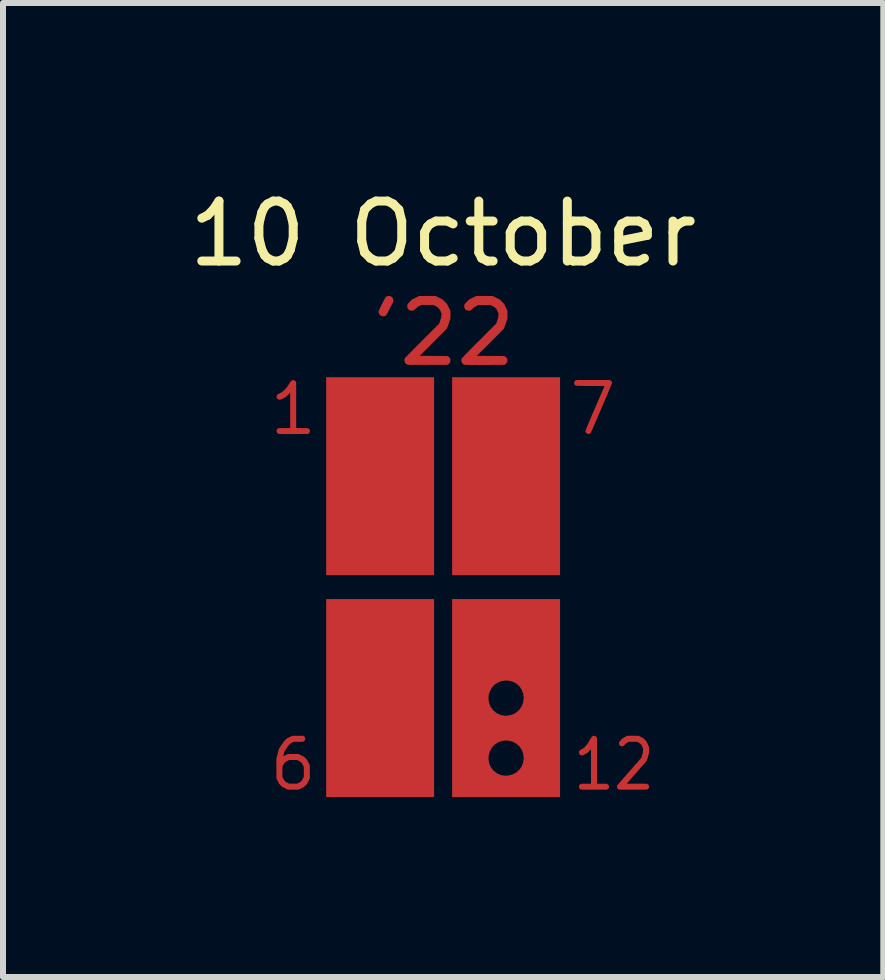
<source format=kicad_pcb>
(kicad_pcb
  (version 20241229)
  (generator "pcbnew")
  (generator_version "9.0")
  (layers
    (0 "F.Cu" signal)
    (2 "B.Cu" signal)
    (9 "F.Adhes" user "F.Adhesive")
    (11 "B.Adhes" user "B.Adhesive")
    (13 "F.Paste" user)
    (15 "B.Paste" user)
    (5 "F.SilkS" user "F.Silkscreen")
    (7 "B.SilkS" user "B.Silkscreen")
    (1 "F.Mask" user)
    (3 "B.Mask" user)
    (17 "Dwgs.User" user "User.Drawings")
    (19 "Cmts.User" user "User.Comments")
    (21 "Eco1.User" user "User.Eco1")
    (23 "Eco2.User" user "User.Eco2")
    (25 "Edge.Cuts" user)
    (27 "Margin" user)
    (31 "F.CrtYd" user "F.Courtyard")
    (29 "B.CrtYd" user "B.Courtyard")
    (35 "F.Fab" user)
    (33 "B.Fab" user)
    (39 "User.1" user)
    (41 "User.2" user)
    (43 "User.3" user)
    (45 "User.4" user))
  (footprint "10 October"
    (layer "F.Cu")
    (at 4.339 6.741)
    (property "Reference" "10 October" (at 0 -5.893 0) (unlocked yes) (layer "F.SilkS") (effects (font (size 1 1) (thickness 0.15))))
    (attr smd)
    (pad "1" smd custom (at -2.718 2.996) (size 0.01 0.01) (layers "F.Cu" "F.Mask" "F.Paste") (options (anchor circle)) (primitives (gr_poly (pts (xy 0.312 -0.518) (xy 0.329 -0.518) (xy 0.342 -0.518) (xy 0.354 -0.518) (xy 0.363 -0.517) (xy 0.37 -0.517) (xy 0.376 -0.517) (xy 0.38 -0.517) (xy 0.383 -0.516) (xy 0.385 -0.516) (xy 0.387 -0.515) (xy 0.389 -0.515) (xy 0.39 -0.514) (xy 0.399 -0.508) (xy 0.408 -0.5) (xy 0.414 -0.49) (xy 0.415 -0.489) (xy 0.417 -0.484) (xy 0.418 -0.479) (xy 0.419 -0.472) (xy 0.419 -0.468) (xy 0.418 -0.46) (xy 0.418 -0.454) (xy 0.416 -0.449) (xy 0.415 -0.447) (xy 0.408 -0.437) (xy 0.4 -0.429) (xy 0.391 -0.423) (xy 0.39 -0.422) (xy 0.388 -0.421) (xy 0.386 -0.421) (xy 0.384 -0.42) (xy 0.381 -0.42) (xy 0.376 -0.419) (xy 0.371 -0.419) (xy 0.364 -0.419) (xy 0.355 -0.418) (xy 0.344 -0.418) (xy 0.33 -0.418) (xy 0.313 -0.418) (xy 0.305 -0.418) (xy 0.227 -0.417) (xy 0.199 -0.403) (xy 0.189 -0.398) (xy 0.182 -0.394) (xy 0.176 -0.39) (xy 0.171 -0.387) (xy 0.167 -0.383) (xy 0.162 -0.379) (xy 0.157 -0.374) (xy 0.155 -0.372) (xy 0.15 -0.367) (xy 0.145 -0.362) (xy 0.141 -0.356) (xy 0.135 -0.349) (xy 0.129 -0.341) (xy 0.122 -0.331) (xy 0.114 -0.319) (xy 0.106 -0.306) (xy 0.072 -0.257) (xy 0.063 -0.219) (xy 0.06 -0.208) (xy 0.057 -0.198) (xy 0.055 -0.19) (xy 0.054 -0.184) (xy 0.053 -0.18) (xy 0.053 -0.179) (xy 0.054 -0.179) (xy 0.058 -0.18) (xy 0.064 -0.183) (xy 0.072 -0.187) (xy 0.081 -0.191) (xy 0.09 -0.195) (xy 0.128 -0.214) (xy 0.307 -0.214) (xy 0.399 -0.168) (xy 0.424 -0.143) (xy 0.449 -0.118) (xy 0.472 -0.072) (xy 0.495 -0.026) (xy 0.495 0.193) (xy 0.472 0.239) (xy 0.449 0.285) (xy 0.424 0.31) (xy 0.399 0.335) (xy 0.353 0.358) (xy 0.307 0.381) (xy 0.22 0.381) (xy 0.199 0.381) (xy 0.182 0.381) (xy 0.168 0.381) (xy 0.156 0.381) (xy 0.146 0.381) (xy 0.138 0.38) (xy 0.133 0.38) (xy 0.129 0.38) (xy 0.127 0.379) (xy 0.126 0.379) (xy 0.123 0.378) (xy 0.118 0.375) (xy 0.11 0.372) (xy 0.1 0.367) (xy 0.09 0.362) (xy 0.079 0.356) (xy 0.077 0.355) (xy 0.034 0.334) (xy 0.009 0.309) (xy -0.017 0.284) (xy -0.039 0.238) (xy -0.062 0.193) (xy -0.062 0.167) (xy 0.038 0.167) (xy 0.053 0.196) (xy 0.058 0.206) (xy 0.062 0.214) (xy 0.065 0.22) (xy 0.069 0.225) (xy 0.072 0.229) (xy 0.076 0.233) (xy 0.08 0.238) (xy 0.08 0.238) (xy 0.085 0.243) (xy 0.089 0.246) (xy 0.094 0.25) (xy 0.099 0.253) (xy 0.106 0.257) (xy 0.114 0.261) (xy 0.123 0.266) (xy 0.153 0.281) (xy 0.217 0.281) (xy 0.281 0.281) (xy 0.309 0.267) (xy 0.319 0.261) (xy 0.327 0.257) (xy 0.333 0.254) (xy 0.338 0.251) (xy 0.343 0.247) (xy 0.347 0.243) (xy 0.351 0.239) (xy 0.356 0.234) (xy 0.36 0.23) (xy 0.363 0.226) (xy 0.367 0.221) (xy 0.37 0.216) (xy 0.374 0.208) (xy 0.379 0.198) (xy 0.38 0.196) (xy 0.395 0.167) (xy 0.395 0) (xy 0.38 -0.029) (xy 0.375 -0.039) (xy 0.371 -0.047) (xy 0.367 -0.053) (xy 0.364 -0.058) (xy 0.361 -0.062) (xy 0.357 -0.066) (xy 0.353 -0.071) (xy 0.351 -0.072) (xy 0.346 -0.077) (xy 0.342 -0.081) (xy 0.337 -0.084) (xy 0.332 -0.088) (xy 0.326 -0.091) (xy 0.318 -0.095) (xy 0.309 -0.1) (xy 0.281 -0.114) (xy 0.154 -0.114) (xy 0.123 -0.099) (xy 0.113 -0.094) (xy 0.105 -0.089) (xy 0.099 -0.086) (xy 0.093 -0.083) (xy 0.089 -0.079) (xy 0.085 -0.076) (xy 0.08 -0.071) (xy 0.076 -0.067) (xy 0.072 -0.063) (xy 0.069 -0.059) (xy 0.066 -0.054) (xy 0.062 -0.048) (xy 0.058 -0.04) (xy 0.053 -0.03) (xy 0.053 -0.029) (xy 0.038 0) (xy 0.038 0.167) (xy -0.062 0.167) (xy -0.062 0.031) (xy -0.063 -0.132) (xy -0.042 -0.215) (xy -0.038 -0.231) (xy -0.034 -0.246) (xy -0.03 -0.261) (xy -0.027 -0.273) (xy -0.024 -0.284) (xy -0.022 -0.293) (xy -0.02 -0.299) (xy -0.019 -0.302) (xy -0.018 -0.303) (xy -0.017 -0.305) (xy -0.014 -0.31) (xy -0.009 -0.316) (xy -0.003 -0.325) (xy 0.003 -0.335) (xy 0.011 -0.347) (xy 0.019 -0.359) (xy 0.025 -0.367) (xy 0.034 -0.381) (xy 0.043 -0.393) (xy 0.049 -0.403) (xy 0.055 -0.411) (xy 0.06 -0.418) (xy 0.064 -0.423) (xy 0.069 -0.428) (xy 0.073 -0.433) (xy 0.077 -0.438) (xy 0.082 -0.442) (xy 0.087 -0.448) (xy 0.088 -0.449) (xy 0.111 -0.472) (xy 0.157 -0.495) (xy 0.203 -0.518) (xy 0.293 -0.518)) (width 0) (fill yes))))
    (pad "1" smd custom (at -2.515 -2.794) (size 0.01 0.01) (layers "F.Cu" "F.Mask" "F.Paste") (options (anchor circle)) (primitives (gr_poly (pts (xy 0.025 -0.658) (xy 0.037 -0.654) (xy 0.047 -0.647) (xy 0.055 -0.639) (xy 0.061 -0.629) (xy 0.065 -0.622) (xy 0.065 0.14) (xy 0.161 0.141) (xy 0.182 0.141) (xy 0.199 0.141) (xy 0.213 0.141) (xy 0.225 0.141) (xy 0.235 0.141) (xy 0.243 0.142) (xy 0.249 0.142) (xy 0.253 0.142) (xy 0.257 0.143) (xy 0.26 0.143) (xy 0.262 0.144) (xy 0.264 0.144) (xy 0.265 0.145) (xy 0.275 0.151) (xy 0.283 0.159) (xy 0.289 0.169) (xy 0.29 0.17) (xy 0.292 0.175) (xy 0.293 0.18) (xy 0.294 0.187) (xy 0.294 0.191) (xy 0.294 0.199) (xy 0.293 0.205) (xy 0.291 0.21) (xy 0.29 0.212) (xy 0.283 0.222) (xy 0.275 0.23) (xy 0.266 0.236) (xy 0.265 0.237) (xy 0.257 0.24) (xy 0.018 0.241) (xy -0.014 0.241) (xy -0.044 0.241) (xy -0.071 0.241) (xy -0.095 0.241) (xy -0.116 0.241) (xy -0.135 0.241) (xy -0.152 0.241) (xy -0.166 0.241) (xy -0.178 0.241) (xy -0.189 0.241) (xy -0.198 0.24) (xy -0.205 0.24) (xy -0.211 0.24) (xy -0.216 0.24) (xy -0.22 0.24) (xy -0.223 0.239) (xy -0.225 0.239) (xy -0.227 0.239) (xy -0.228 0.238) (xy -0.229 0.238) (xy -0.24 0.233) (xy -0.249 0.225) (xy -0.255 0.216) (xy -0.26 0.206) (xy -0.262 0.196) (xy -0.262 0.185) (xy -0.259 0.174) (xy -0.255 0.164) (xy -0.248 0.155) (xy -0.238 0.148) (xy -0.233 0.145) (xy -0.231 0.144) (xy -0.23 0.144) (xy -0.228 0.143) (xy -0.225 0.143) (xy -0.221 0.142) (xy -0.217 0.142) (xy -0.21 0.142) (xy -0.202 0.141) (xy -0.193 0.141) (xy -0.181 0.141) (xy -0.166 0.141) (xy -0.149 0.141) (xy -0.13 0.141) (xy -0.035 0.14) (xy -0.035 -0.449) (xy -0.071 -0.413) (xy -0.107 -0.377) (xy -0.198 -0.332) (xy -0.212 -0.332) (xy -0.22 -0.332) (xy -0.226 -0.333) (xy -0.231 -0.334) (xy -0.234 -0.336) (xy -0.244 -0.343) (xy -0.253 -0.352) (xy -0.258 -0.36) (xy -0.261 -0.369) (xy -0.262 -0.379) (xy -0.261 -0.39) (xy -0.259 -0.399) (xy -0.258 -0.402) (xy -0.256 -0.407) (xy -0.253 -0.411) (xy -0.249 -0.415) (xy -0.244 -0.419) (xy -0.238 -0.424) (xy -0.229 -0.428) (xy -0.219 -0.434) (xy -0.206 -0.441) (xy -0.204 -0.442) (xy -0.166 -0.461) (xy -0.131 -0.497) (xy -0.095 -0.533) (xy -0.058 -0.588) (xy -0.048 -0.603) (xy -0.04 -0.616) (xy -0.033 -0.626) (xy -0.027 -0.634) (xy -0.022 -0.64) (xy -0.018 -0.645) (xy -0.014 -0.649) (xy -0.011 -0.652) (xy -0.007 -0.654) (xy -0.003 -0.655) (xy 0.001 -0.657) (xy 0.001 -0.657) (xy 0.013 -0.659)) (width 0) (fill yes))))
    (pad "1" smd custom (at -1.448 -0.432) (size 0.01 0.01) (layers "F.Cu" "F.Mask" "F.Paste") (options (anchor circle)) (primitives (gr_poly (pts (xy 1.298 0.232) (xy -0.502 0.232) (xy -0.502 -3.069) (xy 1.298 -3.069)) (width 0) (fill yes))))
    (pad "1" smd custom (at -1.448 3.268) (size 0.01 0.01) (layers "F.Cu" "F.Mask" "F.Paste") (options (anchor circle)) (primitives (gr_poly (pts (xy 1.298 0.232) (xy -0.502 0.232) (xy -0.502 -3.069) (xy 1.298 -3.069)) (width 0) (fill yes))))
    (pad "1" smd custom (at -0.914 -4.75) (size 0.01 0.01) (layers "F.Cu" "F.Mask" "F.Paste") (options (anchor circle)) (primitives (gr_poly (pts (xy 0.028 -0.104) (xy 0.043 -0.099) (xy 0.057 -0.09) (xy 0.063 -0.085) (xy 0.074 -0.071) (xy 0.08 -0.057) (xy 0.083 -0.04) (xy 0.084 -0.031) (xy 0.084 -0.012) (xy 0.03 0.095) (xy 0.017 0.122) (xy 0.005 0.144) (xy -0.004 0.163) (xy -0.013 0.178) (xy -0.02 0.191) (xy -0.026 0.201) (xy -0.031 0.208) (xy -0.036 0.214) (xy -0.04 0.219) (xy -0.045 0.222) (xy -0.05 0.225) (xy -0.055 0.228) (xy -0.056 0.228) (xy -0.068 0.232) (xy -0.082 0.234) (xy -0.097 0.234) (xy -0.109 0.231) (xy -0.109 0.231) (xy -0.126 0.223) (xy -0.14 0.212) (xy -0.151 0.197) (xy -0.159 0.181) (xy -0.162 0.163) (xy -0.162 0.152) (xy -0.16 0.146) (xy -0.157 0.137) (xy -0.151 0.124) (xy -0.144 0.109) (xy -0.136 0.091) (xy -0.127 0.072) (xy -0.117 0.052) (xy -0.107 0.031) (xy -0.097 0.011) (xy -0.086 -0.009) (xy -0.077 -0.028) (xy -0.067 -0.045) (xy -0.059 -0.06) (xy -0.052 -0.072) (xy -0.047 -0.08) (xy -0.043 -0.085) (xy -0.031 -0.095) (xy -0.018 -0.102) (xy -0.003 -0.105) (xy 0.01 -0.106)) (width 0) (fill yes))))
    (pad "1" smd custom (at 0.076 -4.572) (size 0.01 0.01) (layers "F.Cu" "F.Mask" "F.Paste") (options (anchor circle)) (primitives (gr_poly (pts (xy -0.263 -0.284) (xy -0.244 -0.284) (xy -0.229 -0.284) (xy -0.218 -0.283) (xy -0.209 -0.283) (xy -0.203 -0.282) (xy -0.199 -0.282) (xy -0.199 -0.282) (xy -0.194 -0.28) (xy -0.185 -0.276) (xy -0.173 -0.27) (xy -0.16 -0.263) (xy -0.145 -0.256) (xy -0.136 -0.251) (xy -0.083 -0.224) (xy -0.014 -0.155) (xy 0.014 -0.102) (xy 0.021 -0.086) (xy 0.029 -0.072) (xy 0.035 -0.059) (xy 0.04 -0.048) (xy 0.043 -0.041) (xy 0.044 -0.039) (xy 0.045 -0.033) (xy 0.046 -0.025) (xy 0.046 -0.014) (xy 0.047 0.001) (xy 0.047 0.021) (xy 0.046 0.033) (xy 0.046 0.095) (xy 0.02 0.168) (xy 0.014 0.187) (xy 0.008 0.204) (xy 0.002 0.22) (xy -0.003 0.233) (xy -0.006 0.243) (xy -0.009 0.25) (xy -0.009 0.251) (xy -0.011 0.254) (xy -0.014 0.258) (xy -0.02 0.264) (xy -0.027 0.272) (xy -0.037 0.283) (xy -0.05 0.296) (xy -0.064 0.311) (xy -0.082 0.329) (xy -0.102 0.35) (xy -0.125 0.373) (xy -0.152 0.399) (xy -0.181 0.429) (xy -0.214 0.462) (xy -0.24 0.488) (xy -0.466 0.715) (xy -0.237 0.716) (xy -0.199 0.716) (xy -0.165 0.716) (xy -0.135 0.716) (xy -0.109 0.716) (xy -0.087 0.716) (xy -0.068 0.716) (xy -0.052 0.716) (xy -0.039 0.717) (xy -0.029 0.717) (xy -0.021 0.717) (xy -0.014 0.718) (xy -0.009 0.718) (xy -0.006 0.719) (xy -0.003 0.719) (xy -0.000429 0.72) (xy 0.002 0.721) (xy 0.003 0.722) (xy 0.017 0.73) (xy 0.029 0.743) (xy 0.039 0.757) (xy 0.04 0.758) (xy 0.043 0.766) (xy 0.045 0.775) (xy 0.046 0.785) (xy 0.046 0.79) (xy 0.045 0.802) (xy 0.044 0.811) (xy 0.041 0.819) (xy 0.04 0.822) (xy 0.03 0.837) (xy 0.018 0.85) (xy 0.004 0.859) (xy 0.003 0.859) (xy -0.009 0.865) (xy -0.334 0.865) (xy -0.381 0.865) (xy -0.423 0.865) (xy -0.461 0.865) (xy -0.495 0.865) (xy -0.524 0.865) (xy -0.55 0.865) (xy -0.573 0.865) (xy -0.592 0.865) (xy -0.609 0.865) (xy -0.623 0.865) (xy -0.635 0.865) (xy -0.644 0.864) (xy -0.652 0.864) (xy -0.658 0.864) (xy -0.662 0.863) (xy -0.666 0.863) (xy -0.669 0.862) (xy -0.671 0.862) (xy -0.672 0.861) (xy -0.689 0.853) (xy -0.702 0.842) (xy -0.713 0.827) (xy -0.719 0.811) (xy -0.722 0.793) (xy -0.721 0.775) (xy -0.715 0.758) (xy -0.714 0.756) (xy -0.712 0.753) (xy -0.708 0.748) (xy -0.703 0.743) (xy -0.697 0.736) (xy -0.689 0.727) (xy -0.679 0.717) (xy -0.667 0.704) (xy -0.653 0.69) (xy -0.637 0.674) (xy -0.618 0.655) (xy -0.597 0.633) (xy -0.573 0.609) (xy -0.547 0.582) (xy -0.517 0.553) (xy -0.484 0.52) (xy -0.448 0.484) (xy -0.426 0.461) (xy -0.142 0.177) (xy -0.104 0.063) (xy -0.104 0.032) (xy -0.104 0.001) (xy -0.12 -0.031) (xy -0.128 -0.045) (xy -0.134 -0.057) (xy -0.141 -0.066) (xy -0.148 -0.074) (xy -0.154 -0.081) (xy -0.162 -0.089) (xy -0.17 -0.095) (xy -0.178 -0.101) (xy -0.187 -0.107) (xy -0.2 -0.114) (xy -0.205 -0.116) (xy -0.239 -0.134) (xy -0.438 -0.134) (xy -0.471 -0.117) (xy -0.484 -0.111) (xy -0.494 -0.105) (xy -0.503 -0.099) (xy -0.511 -0.093) (xy -0.52 -0.085) (xy -0.53 -0.075) (xy -0.544 -0.062) (xy -0.555 -0.053) (xy -0.564 -0.046) (xy -0.574 -0.042) (xy -0.583 -0.04) (xy -0.594 -0.039) (xy -0.6 -0.038) (xy -0.618 -0.04) (xy -0.633 -0.045) (xy -0.647 -0.054) (xy -0.653 -0.059) (xy -0.664 -0.073) (xy -0.671 -0.087) (xy -0.674 -0.104) (xy -0.674 -0.113) (xy -0.674 -0.123) (xy -0.673 -0.133) (xy -0.67 -0.141) (xy -0.666 -0.149) (xy -0.659 -0.158) (xy -0.65 -0.169) (xy -0.638 -0.181) (xy -0.629 -0.191) (xy -0.595 -0.224) (xy -0.536 -0.254) (xy -0.476 -0.283) (xy -0.343 -0.284) (xy -0.312 -0.284) (xy -0.285 -0.284)) (width 0) (fill yes))))
    (pad "1" smd custom (at 0.449 3.192) (size 0.2 0.2) (layers "F.Cu" "F.Mask" "F.Paste") (options (anchor circle)) (primitives (gr_poly (pts (xy -0.299 -2.993) (xy 1.501 -2.993) (xy 1.501 -1.342) (xy 0.895 -1.342) (xy 0.886 -1.416) (xy 0.861 -1.482) (xy 0.822 -1.539) (xy 0.771 -1.584) (xy 0.712 -1.616) (xy 0.645 -1.633) (xy 0.575 -1.635) (xy 0.503 -1.619) (xy 0.476 -1.608) (xy 0.414 -1.57) (xy 0.366 -1.52) (xy 0.332 -1.46) (xy 0.312 -1.395) (xy 0.307 -1.327) (xy 0.318 -1.259) (xy 0.345 -1.194) (xy 0.389 -1.137) (xy 0.392 -1.133) (xy 0.45 -1.088) (xy 0.514 -1.06) (xy 0.58 -1.048) (xy 0.645 -1.052) (xy 0.709 -1.069) (xy 0.767 -1.1) (xy 0.817 -1.143) (xy 0.857 -1.197) (xy 0.883 -1.26) (xy 0.895 -1.333) (xy 0.895 -1.342) (xy 1.501 -1.342) (xy 1.501 -0.342) (xy 0.895 -0.342) (xy 0.886 -0.416) (xy 0.861 -0.482) (xy 0.822 -0.538) (xy 0.771 -0.583) (xy 0.712 -0.615) (xy 0.645 -0.633) (xy 0.575 -0.635) (xy 0.503 -0.619) (xy 0.476 -0.608) (xy 0.414 -0.57) (xy 0.366 -0.519) (xy 0.332 -0.46) (xy 0.312 -0.394) (xy 0.307 -0.326) (xy 0.318 -0.258) (xy 0.345 -0.194) (xy 0.389 -0.136) (xy 0.392 -0.133) (xy 0.45 -0.087) (xy 0.514 -0.059) (xy 0.58 -0.048) (xy 0.645 -0.051) (xy 0.709 -0.069) (xy 0.767 -0.1) (xy 0.817 -0.143) (xy 0.857 -0.196) (xy 0.883 -0.26) (xy 0.895 -0.332) (xy 0.895 -0.342) (xy 1.501 -0.342) (xy 1.501 0.309) (xy -0.299 0.309)) (width 0) (fill yes))))
    (pad "1" smd custom (at 0.652 -0.432) (size 0.01 0.01) (layers "F.Cu" "F.Mask" "F.Paste") (options (anchor circle)) (primitives (gr_poly (pts (xy 1.298 0.232) (xy -0.502 0.232) (xy -0.502 -3.069) (xy 1.298 -3.069)) (width 0) (fill yes))))
    (pad "1" smd custom (at 0.965 -4.724) (size 0.01 0.01) (layers "F.Cu" "F.Mask" "F.Paste") (options (anchor circle)) (primitives (gr_poly (pts (xy -0.308 -0.132) (xy -0.277 -0.132) (xy -0.272 -0.132) (xy -0.138 -0.131) (xy -0.079 -0.101) (xy -0.019 -0.072) (xy 0.015 -0.037) (xy 0.05 -0.002) (xy 0.078 0.055) (xy 0.107 0.113) (xy 0.108 0.177) (xy 0.108 0.241) (xy 0.082 0.321) (xy 0.076 0.34) (xy 0.069 0.358) (xy 0.064 0.375) (xy 0.059 0.388) (xy 0.055 0.399) (xy 0.053 0.406) (xy 0.052 0.408) (xy 0.05 0.411) (xy 0.044 0.417) (xy 0.036 0.426) (xy 0.024 0.438) (xy 0.01 0.452) (xy -0.006 0.469) (xy -0.025 0.488) (xy -0.046 0.509) (xy -0.069 0.532) (xy -0.093 0.557) (xy -0.118 0.582) (xy -0.145 0.609) (xy -0.173 0.637) (xy -0.177 0.642) (xy -0.403 0.867) (xy -0.175 0.868) (xy -0.136 0.868) (xy -0.102 0.868) (xy -0.073 0.868) (xy -0.047 0.868) (xy -0.025 0.869) (xy -0.006 0.869) (xy 0.009 0.869) (xy 0.022 0.869) (xy 0.032 0.869) (xy 0.041 0.87) (xy 0.047 0.87) (xy 0.052 0.871) (xy 0.056 0.871) (xy 0.058 0.872) (xy 0.061 0.873) (xy 0.063 0.873) (xy 0.064 0.874) (xy 0.078 0.883) (xy 0.091 0.895) (xy 0.1 0.91) (xy 0.101 0.911) (xy 0.105 0.925) (xy 0.107 0.941) (xy 0.106 0.957) (xy 0.102 0.972) (xy 0.101 0.975) (xy 0.091 0.989) (xy 0.079 1.002) (xy 0.065 1.011) (xy 0.064 1.012) (xy 0.052 1.017) (xy -0.273 1.018) (xy -0.32 1.018) (xy -0.362 1.018) (xy -0.4 1.018) (xy -0.433 1.018) (xy -0.463 1.018) (xy -0.489 1.018) (xy -0.512 1.018) (xy -0.531 1.018) (xy -0.548 1.017) (xy -0.562 1.017) (xy -0.573 1.017) (xy -0.583 1.017) (xy -0.591 1.017) (xy -0.597 1.016) (xy -0.601 1.016) (xy -0.605 1.015) (xy -0.608 1.015) (xy -0.61 1.014) (xy -0.611 1.014) (xy -0.627 1.006) (xy -0.641 0.994) (xy -0.651 0.98) (xy -0.658 0.963) (xy -0.661 0.946) (xy -0.66 0.928) (xy -0.654 0.91) (xy -0.652 0.908) (xy -0.65 0.904) (xy -0.645 0.899) (xy -0.639 0.892) (xy -0.631 0.884) (xy -0.621 0.873) (xy -0.609 0.861) (xy -0.595 0.846) (xy -0.578 0.829) (xy -0.559 0.81) (xy -0.538 0.788) (xy -0.513 0.763) (xy -0.486 0.736) (xy -0.455 0.705) (xy -0.422 0.671) (xy -0.385 0.634) (xy -0.364 0.614) (xy -0.08 0.329) (xy -0.061 0.274) (xy -0.043 0.218) (xy -0.043 0.152) (xy -0.059 0.12) (xy -0.069 0.1) (xy -0.079 0.084) (xy -0.09 0.071) (xy -0.102 0.06) (xy -0.116 0.05) (xy -0.134 0.04) (xy -0.142 0.036) (xy -0.176 0.019) (xy -0.376 0.019) (xy -0.41 0.036) (xy -0.424 0.044) (xy -0.435 0.049) (xy -0.443 0.055) (xy -0.451 0.061) (xy -0.46 0.069) (xy -0.47 0.078) (xy -0.47 0.078) (xy -0.483 0.091) (xy -0.494 0.1) (xy -0.504 0.107) (xy -0.514 0.111) (xy -0.524 0.113) (xy -0.536 0.114) (xy -0.539 0.114) (xy -0.557 0.112) (xy -0.572 0.107) (xy -0.586 0.099) (xy -0.592 0.093) (xy -0.603 0.08) (xy -0.61 0.065) (xy -0.613 0.049) (xy -0.613 0.04) (xy -0.613 0.03) (xy -0.611 0.021) (xy -0.609 0.012) (xy -0.604 0.004) (xy -0.598 -0.005) (xy -0.588 -0.015) (xy -0.576 -0.028) (xy -0.566 -0.038) (xy -0.531 -0.072) (xy -0.479 -0.099) (xy -0.463 -0.107) (xy -0.449 -0.114) (xy -0.436 -0.12) (xy -0.425 -0.125) (xy -0.418 -0.128) (xy -0.416 -0.129) (xy -0.412 -0.13) (xy -0.406 -0.13) (xy -0.398 -0.131) (xy -0.387 -0.131) (xy -0.373 -0.132) (xy -0.355 -0.132) (xy -0.333 -0.132)) (width 0) (fill yes))))
    (pad "1" smd custom (at 2.667 3.353) (size 0.01 0.01) (layers "F.Cu" "F.Mask" "F.Paste") (options (anchor circle)) (primitives (gr_poly (pts (xy -0.137 -0.873) (xy -0.126 -0.868) (xy -0.117 -0.862) (xy -0.109 -0.853) (xy -0.105 -0.846) (xy -0.101 -0.838) (xy -0.101 -0.457) (xy -0.1 -0.076) (xy 0.062 -0.075) (xy 0.071 -0.071) (xy 0.081 -0.064) (xy 0.09 -0.054) (xy 0.095 -0.047) (xy 0.097 -0.041) (xy 0.098 -0.036) (xy 0.099 -0.029) (xy 0.099 -0.025) (xy 0.099 -0.018) (xy 0.098 -0.012) (xy 0.096 -0.007) (xy 0.095 -0.004) (xy 0.088 0.007) (xy 0.078 0.015) (xy 0.071 0.02) (xy 0.062 0.024) (xy -0.149 0.024) (xy -0.181 0.024) (xy -0.21 0.024) (xy -0.236 0.024) (xy -0.259 0.024) (xy -0.279 0.024) (xy -0.297 0.024) (xy -0.312 0.024) (xy -0.325 0.024) (xy -0.336 0.024) (xy -0.345 0.024) (xy -0.353 0.024) (xy -0.358 0.023) (xy -0.362 0.023) (xy -0.365 0.023) (xy -0.367 0.023) (xy -0.367 0.023) (xy -0.378 0.018) (xy -0.387 0.01) (xy -0.394 0.002) (xy -0.399 -0.008) (xy -0.402 -0.019) (xy -0.402 -0.03) (xy -0.4 -0.041) (xy -0.395 -0.051) (xy -0.388 -0.06) (xy -0.379 -0.068) (xy -0.373 -0.071) (xy -0.365 -0.075) (xy -0.283 -0.075) (xy -0.201 -0.076) (xy -0.201 -0.364) (xy -0.201 -0.395) (xy -0.201 -0.424) (xy -0.201 -0.453) (xy -0.201 -0.48) (xy -0.201 -0.506) (xy -0.201 -0.531) (xy -0.201 -0.553) (xy -0.201 -0.574) (xy -0.201 -0.593) (xy -0.201 -0.609) (xy -0.201 -0.623) (xy -0.201 -0.635) (xy -0.201 -0.643) (xy -0.202 -0.649) (xy -0.202 -0.652) (xy -0.202 -0.652) (xy -0.203 -0.651) (xy -0.206 -0.648) (xy -0.211 -0.643) (xy -0.216 -0.636) (xy -0.223 -0.628) (xy -0.226 -0.625) (xy -0.233 -0.617) (xy -0.239 -0.61) (xy -0.245 -0.604) (xy -0.25 -0.599) (xy -0.252 -0.596) (xy -0.253 -0.596) (xy -0.256 -0.593) (xy -0.262 -0.59) (xy -0.269 -0.586) (xy -0.278 -0.581) (xy -0.288 -0.575) (xy -0.298 -0.569) (xy -0.308 -0.564) (xy -0.317 -0.559) (xy -0.325 -0.555) (xy -0.332 -0.551) (xy -0.337 -0.549) (xy -0.338 -0.549) (xy -0.35 -0.547) (xy -0.361 -0.548) (xy -0.373 -0.551) (xy -0.383 -0.558) (xy -0.392 -0.566) (xy -0.398 -0.575) (xy -0.401 -0.585) (xy -0.402 -0.595) (xy -0.401 -0.606) (xy -0.399 -0.615) (xy -0.398 -0.618) (xy -0.395 -0.623) (xy -0.392 -0.627) (xy -0.387 -0.632) (xy -0.381 -0.636) (xy -0.374 -0.641) (xy -0.364 -0.647) (xy -0.352 -0.655) (xy -0.349 -0.656) (xy -0.316 -0.675) (xy -0.288 -0.708) (xy -0.259 -0.741) (xy -0.225 -0.799) (xy -0.216 -0.814) (xy -0.209 -0.826) (xy -0.202 -0.836) (xy -0.198 -0.844) (xy -0.193 -0.85) (xy -0.19 -0.855) (xy -0.187 -0.859) (xy -0.185 -0.861) (xy -0.183 -0.863) (xy -0.182 -0.864) (xy -0.172 -0.87) (xy -0.16 -0.874) (xy -0.149 -0.875)) (width 0) (fill yes))))
    (pad "1" smd custom (at 2.692 -3.251) (size 0.01 0.01) (layers "F.Cu" "F.Mask" "F.Paste") (options (anchor circle)) (primitives (gr_poly (pts (xy -0.139 -0.204) (xy -0.094 -0.204) (xy -0.055 -0.204) (xy -0.022 -0.204) (xy 0.006 -0.204) (xy 0.028 -0.204) (xy 0.047 -0.203) (xy 0.062 -0.203) (xy 0.073 -0.202) (xy 0.082 -0.202) (xy 0.088 -0.201) (xy 0.093 -0.2) (xy 0.096 -0.199) (xy 0.099 -0.198) (xy 0.099 -0.197) (xy 0.112 -0.187) (xy 0.121 -0.173) (xy 0.125 -0.157) (xy 0.125 -0.155) (xy 0.124 -0.15) (xy 0.12 -0.14) (xy 0.113 -0.123) (xy 0.104 -0.101) (xy 0.093 -0.075) (xy 0.08 -0.044) (xy 0.066 -0.01) (xy 0.05 0.028) (xy 0.033 0.068) (xy 0.015 0.111) (xy -0.004 0.155) (xy -0.023 0.201) (xy -0.043 0.247) (xy -0.063 0.293) (xy -0.082 0.339) (xy -0.102 0.384) (xy -0.12 0.428) (xy -0.138 0.47) (xy -0.155 0.509) (xy -0.171 0.546) (xy -0.186 0.579) (xy -0.198 0.608) (xy -0.209 0.632) (xy -0.218 0.652) (xy -0.224 0.666) (xy -0.228 0.674) (xy -0.229 0.676) (xy -0.238 0.685) (xy -0.251 0.692) (xy -0.266 0.696) (xy -0.27 0.696) (xy -0.28 0.694) (xy -0.292 0.69) (xy -0.293 0.689) (xy -0.306 0.679) (xy -0.315 0.664) (xy -0.319 0.648) (xy -0.319 0.646) (xy -0.318 0.641) (xy -0.313 0.63) (xy -0.306 0.612) (xy -0.297 0.589) (xy -0.286 0.561) (xy -0.272 0.529) (xy -0.256 0.492) (xy -0.239 0.451) (xy -0.22 0.406) (xy -0.2 0.359) (xy -0.178 0.308) (xy -0.16 0.266) (xy -0.001 -0.102) (xy -0.239 -0.104) (xy -0.288 -0.105) (xy -0.331 -0.105) (xy -0.367 -0.105) (xy -0.397 -0.106) (xy -0.422 -0.106) (xy -0.442 -0.107) (xy -0.458 -0.108) (xy -0.471 -0.109) (xy -0.48 -0.111) (xy -0.487 -0.113) (xy -0.492 -0.116) (xy -0.495 -0.119) (xy -0.498 -0.122) (xy -0.5 -0.127) (xy -0.502 -0.132) (xy -0.502 -0.132) (xy -0.507 -0.15) (xy -0.506 -0.168) (xy -0.498 -0.184) (xy -0.485 -0.196) (xy -0.482 -0.197) (xy -0.479 -0.199) (xy -0.476 -0.2) (xy -0.471 -0.201) (xy -0.465 -0.201) (xy -0.457 -0.202) (xy -0.446 -0.203) (xy -0.431 -0.203) (xy -0.413 -0.203) (xy -0.391 -0.204) (xy -0.364 -0.204) (xy -0.331 -0.204) (xy -0.293 -0.204) (xy -0.248 -0.204) (xy -0.197 -0.204) (xy -0.191 -0.204)) (width 0) (fill yes))))
    (pad "1" smd custom (at 3.277 3.327) (size 0.01 0.01) (layers "F.Cu" "F.Mask" "F.Paste") (options (anchor circle)) (primitives (gr_poly (pts (xy -0.089 -0.85) (xy -0.074 -0.85) (xy -0.06 -0.849) (xy -0.047 -0.849) (xy -0.035 -0.849) (xy -0.026 -0.849) (xy -0.019 -0.848) (xy -0.014 -0.848) (xy -0.014 -0.848) (xy -0.011 -0.847) (xy -0.005 -0.844) (xy 0.003 -0.84) (xy 0.012 -0.835) (xy 0.022 -0.829) (xy 0.032 -0.824) (xy 0.072 -0.801) (xy 0.091 -0.78) (xy 0.098 -0.772) (xy 0.104 -0.765) (xy 0.109 -0.759) (xy 0.113 -0.755) (xy 0.114 -0.752) (xy 0.116 -0.749) (xy 0.119 -0.744) (xy 0.123 -0.736) (xy 0.127 -0.727) (xy 0.132 -0.716) (xy 0.137 -0.705) (xy 0.138 -0.704) (xy 0.156 -0.661) (xy 0.157 -0.613) (xy 0.157 -0.565) (xy 0.139 -0.5) (xy 0.134 -0.483) (xy 0.13 -0.468) (xy 0.126 -0.456) (xy 0.123 -0.446) (xy 0.12 -0.439) (xy 0.118 -0.434) (xy 0.116 -0.43) (xy 0.116 -0.429) (xy 0.114 -0.427) (xy 0.111 -0.423) (xy 0.105 -0.416) (xy 0.098 -0.408) (xy 0.088 -0.397) (xy 0.078 -0.385) (xy 0.066 -0.371) (xy 0.052 -0.356) (xy 0.038 -0.339) (xy 0.022 -0.321) (xy 0.005 -0.302) (xy -0.012 -0.282) (xy -0.03 -0.261) (xy -0.049 -0.24) (xy -0.052 -0.236) (xy -0.216 -0.05) (xy -0.048 -0.05) (xy -0.021 -0.05) (xy 0.003 -0.05) (xy 0.025 -0.05) (xy 0.043 -0.05) (xy 0.059 -0.05) (xy 0.073 -0.05) (xy 0.084 -0.049) (xy 0.094 -0.049) (xy 0.102 -0.049) (xy 0.108 -0.049) (xy 0.113 -0.049) (xy 0.117 -0.048) (xy 0.12 -0.048) (xy 0.123 -0.048) (xy 0.124 -0.047) (xy 0.126 -0.047) (xy 0.127 -0.046) (xy 0.128 -0.046) (xy 0.137 -0.04) (xy 0.145 -0.032) (xy 0.152 -0.022) (xy 0.152 -0.021) (xy 0.155 -0.012) (xy 0.157 -0.001) (xy 0.156 0.01) (xy 0.153 0.019) (xy 0.152 0.021) (xy 0.146 0.031) (xy 0.138 0.039) (xy 0.128 0.046) (xy 0.128 0.046) (xy 0.12 0.049) (xy -0.108 0.05) (xy -0.141 0.05) (xy -0.171 0.05) (xy -0.197 0.05) (xy -0.221 0.05) (xy -0.242 0.05) (xy -0.261 0.05) (xy -0.277 0.05) (xy -0.292 0.05) (xy -0.304 0.05) (xy -0.314 0.049) (xy -0.322 0.049) (xy -0.329 0.049) (xy -0.334 0.049) (xy -0.338 0.049) (xy -0.341 0.048) (xy -0.342 0.048) (xy -0.343 0.048) (xy -0.354 0.043) (xy -0.363 0.035) (xy -0.371 0.026) (xy -0.376 0.015) (xy -0.378 0.003) (xy -0.378 -0.000019) (xy -0.377 -0.01) (xy -0.374 -0.02) (xy -0.369 -0.028) (xy -0.368 -0.029) (xy -0.367 -0.031) (xy -0.364 -0.035) (xy -0.358 -0.041) (xy -0.351 -0.049) (xy -0.342 -0.059) (xy -0.332 -0.071) (xy -0.32 -0.084) (xy -0.308 -0.099) (xy -0.293 -0.115) (xy -0.279 -0.132) (xy -0.263 -0.15) (xy -0.246 -0.169) (xy -0.229 -0.188) (xy -0.212 -0.208) (xy -0.194 -0.229) (xy -0.176 -0.249) (xy -0.158 -0.27) (xy -0.14 -0.29) (xy -0.122 -0.31) (xy -0.105 -0.33) (xy -0.088 -0.349) (xy -0.072 -0.368) (xy -0.056 -0.385) (xy -0.041 -0.402) (xy -0.028 -0.417) (xy -0.016 -0.431) (xy -0.005 -0.444) (xy 0.005 -0.455) (xy 0.013 -0.464) (xy 0.019 -0.471) (xy 0.024 -0.476) (xy 0.025 -0.477) (xy 0.027 -0.48) (xy 0.029 -0.485) (xy 0.031 -0.493) (xy 0.034 -0.503) (xy 0.038 -0.514) (xy 0.042 -0.527) (xy 0.042 -0.529) (xy 0.056 -0.578) (xy 0.056 -0.637) (xy 0.044 -0.666) (xy 0.039 -0.677) (xy 0.036 -0.685) (xy 0.032 -0.691) (xy 0.029 -0.696) (xy 0.026 -0.7) (xy 0.023 -0.704) (xy 0.019 -0.709) (xy 0.014 -0.714) (xy 0.01 -0.718) (xy 0.005 -0.722) (xy -0.001 -0.726) (xy -0.008 -0.73) (xy -0.017 -0.735) (xy -0.041 -0.749) (xy -0.18 -0.749) (xy -0.204 -0.735) (xy -0.213 -0.73) (xy -0.22 -0.726) (xy -0.225 -0.722) (xy -0.23 -0.719) (xy -0.234 -0.714) (xy -0.24 -0.708) (xy -0.245 -0.702) (xy -0.254 -0.693) (xy -0.262 -0.686) (xy -0.268 -0.68) (xy -0.275 -0.677) (xy -0.281 -0.675) (xy -0.289 -0.674) (xy -0.294 -0.674) (xy -0.307 -0.675) (xy -0.317 -0.678) (xy -0.326 -0.684) (xy -0.33 -0.688) (xy -0.337 -0.697) (xy -0.342 -0.707) (xy -0.344 -0.719) (xy -0.344 -0.723) (xy -0.344 -0.729) (xy -0.343 -0.735) (xy -0.341 -0.741) (xy -0.338 -0.747) (xy -0.333 -0.753) (xy -0.327 -0.761) (xy -0.319 -0.771) (xy -0.314 -0.777) (xy -0.292 -0.801) (xy -0.253 -0.824) (xy -0.242 -0.83) (xy -0.232 -0.835) (xy -0.223 -0.84) (xy -0.216 -0.844) (xy -0.21 -0.847) (xy -0.207 -0.848) (xy -0.204 -0.848) (xy -0.198 -0.849) (xy -0.189 -0.849) (xy -0.178 -0.849) (xy -0.166 -0.849) (xy -0.152 -0.85) (xy -0.137 -0.85) (xy -0.121 -0.85) (xy -0.105 -0.85)) (width 0) (fill yes)))))
  (gr_rect
    (start -3 -3)
    (end 11.679 13.242)
    (stroke (width 0.1) (type default))
    (fill no)
    (layer "Edge.Cuts")))
</source>
